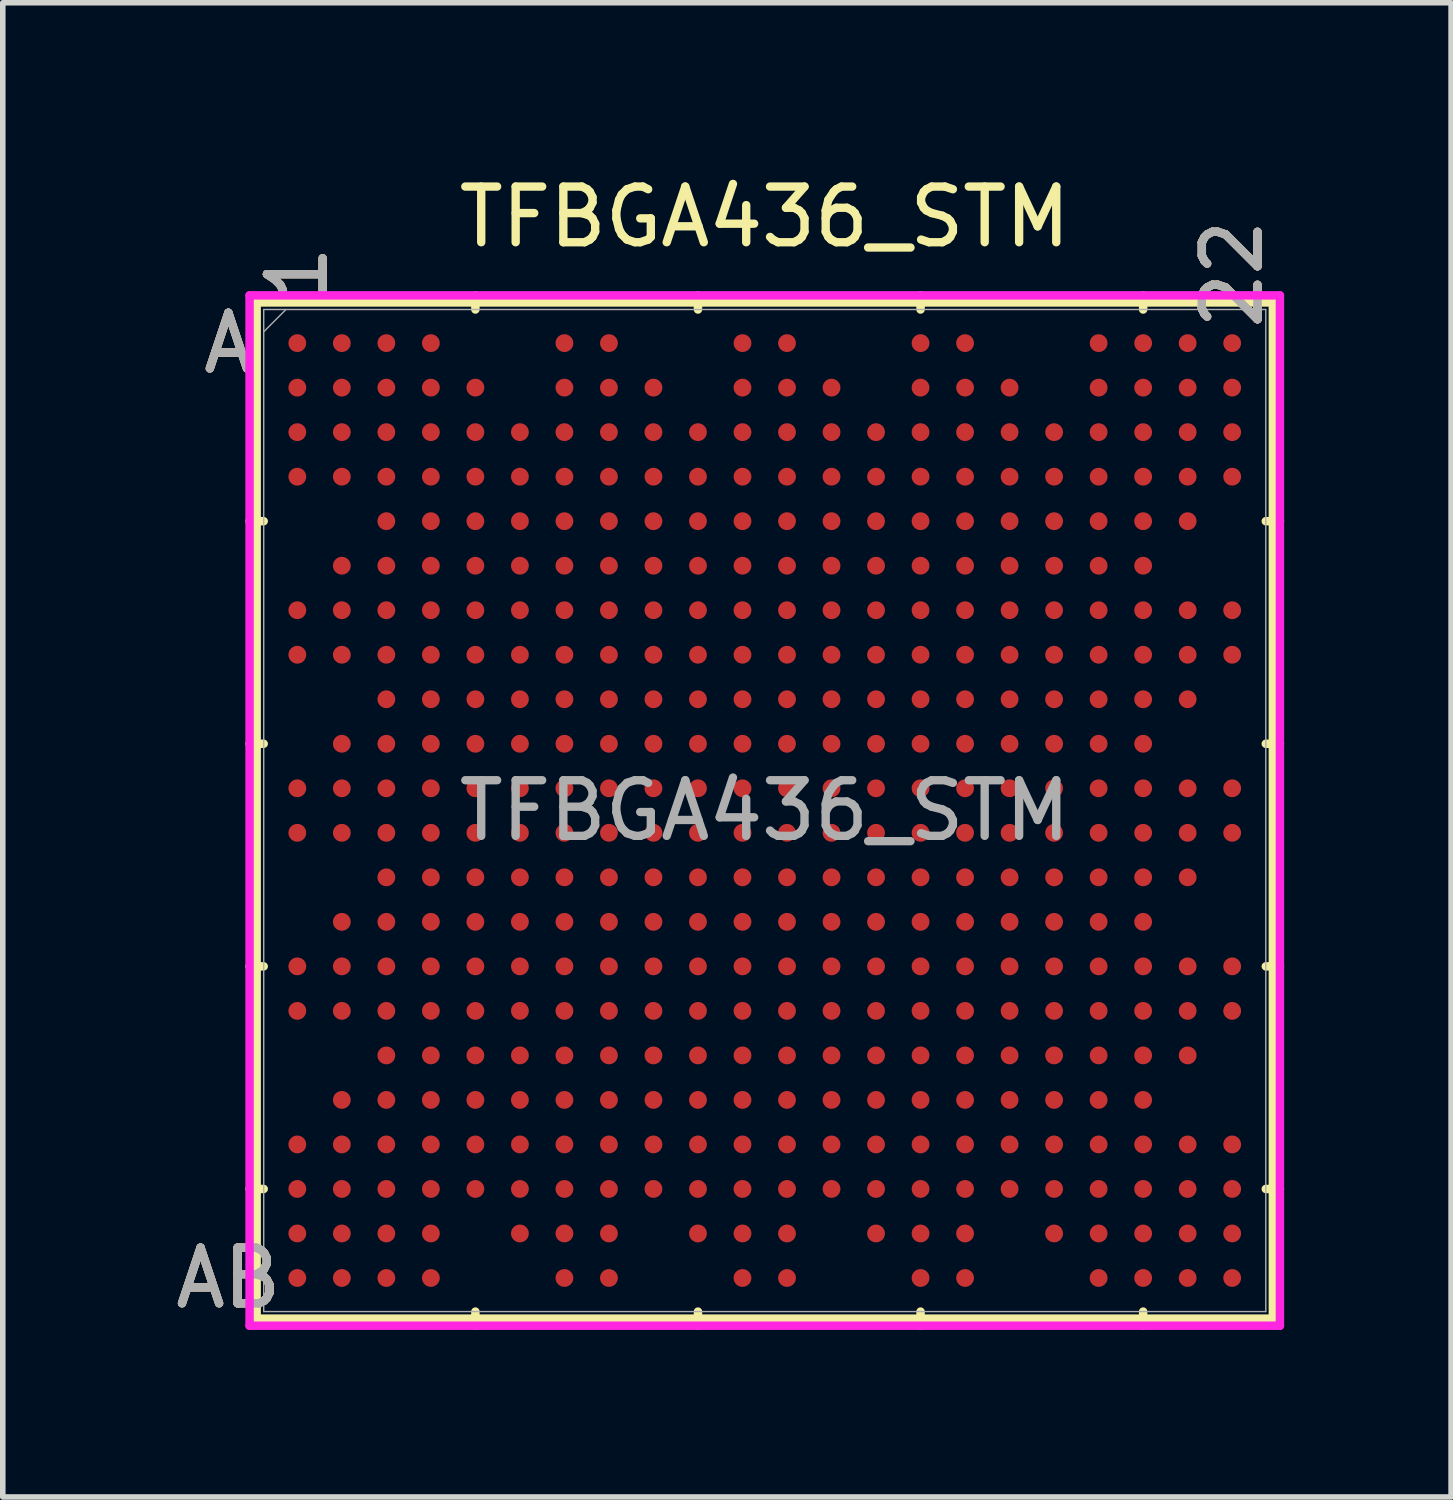
<source format=kicad_pcb>
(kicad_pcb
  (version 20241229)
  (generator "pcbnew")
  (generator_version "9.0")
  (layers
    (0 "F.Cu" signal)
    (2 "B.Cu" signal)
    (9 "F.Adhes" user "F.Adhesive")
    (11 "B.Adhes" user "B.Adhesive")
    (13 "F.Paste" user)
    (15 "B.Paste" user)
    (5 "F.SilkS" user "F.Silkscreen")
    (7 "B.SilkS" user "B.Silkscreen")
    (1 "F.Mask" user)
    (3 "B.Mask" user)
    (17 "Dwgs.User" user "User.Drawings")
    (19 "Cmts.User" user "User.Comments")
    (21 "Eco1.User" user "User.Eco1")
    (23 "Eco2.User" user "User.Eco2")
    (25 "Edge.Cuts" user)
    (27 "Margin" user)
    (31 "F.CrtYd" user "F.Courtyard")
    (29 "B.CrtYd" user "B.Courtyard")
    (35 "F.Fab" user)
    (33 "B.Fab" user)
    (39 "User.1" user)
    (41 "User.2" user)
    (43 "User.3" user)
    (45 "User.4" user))
  (footprint "TFBGA436_STM"
    (layer "F.Cu")
    (at 10.693 11.516)
    (property "Reference" "TFBGA436_STM" (at 0 -10.668 0) (unlocked yes) (layer "F.SilkS") (effects (font (size 1 1) (thickness 0.15))))
    (attr smd)
    (fp_line (start -9.131 -9.131) (end -9.131 9.131) (stroke (width 0.152) (type solid)) (layer "F.SilkS"))
    (fp_line (start -9.131 9.131) (end 9.131 9.131) (stroke (width 0.152) (type solid)) (layer "F.SilkS"))
    (fp_line (start -9.004 -5.2) (end -9.258 -5.2) (stroke (width 0.152) (type solid)) (layer "F.SilkS"))
    (fp_line (start -9.004 -1.2) (end -9.258 -1.2) (stroke (width 0.152) (type solid)) (layer "F.SilkS"))
    (fp_line (start -9.004 2.8) (end -9.258 2.8) (stroke (width 0.152) (type solid)) (layer "F.SilkS"))
    (fp_line (start -9.004 6.8) (end -9.258 6.8) (stroke (width 0.152) (type solid)) (layer "F.SilkS"))
    (fp_line (start -5.2 -9.004) (end -5.2 -9.258) (stroke (width 0.152) (type solid)) (layer "F.SilkS"))
    (fp_line (start -5.2 9.004) (end -5.2 9.258) (stroke (width 0.152) (type solid)) (layer "F.SilkS"))
    (fp_line (start -1.2 -9.004) (end -1.2 -9.258) (stroke (width 0.152) (type solid)) (layer "F.SilkS"))
    (fp_line (start -1.2 9.004) (end -1.2 9.258) (stroke (width 0.152) (type solid)) (layer "F.SilkS"))
    (fp_line (start 2.8 -9.004) (end 2.8 -9.258) (stroke (width 0.152) (type solid)) (layer "F.SilkS"))
    (fp_line (start 2.8 9.004) (end 2.8 9.258) (stroke (width 0.152) (type solid)) (layer "F.SilkS"))
    (fp_line (start 6.8 -9.004) (end 6.8 -9.258) (stroke (width 0.152) (type solid)) (layer "F.SilkS"))
    (fp_line (start 6.8 9.004) (end 6.8 9.258) (stroke (width 0.152) (type solid)) (layer "F.SilkS"))
    (fp_line (start 9.004 -5.2) (end 9.258 -5.2) (stroke (width 0.152) (type solid)) (layer "F.SilkS"))
    (fp_line (start 9.004 -1.2) (end 9.258 -1.2) (stroke (width 0.152) (type solid)) (layer "F.SilkS"))
    (fp_line (start 9.004 2.8) (end 9.258 2.8) (stroke (width 0.152) (type solid)) (layer "F.SilkS"))
    (fp_line (start 9.004 6.8) (end 9.258 6.8) (stroke (width 0.152) (type solid)) (layer "F.SilkS"))
    (fp_line (start 9.131 -9.131) (end -9.131 -9.131) (stroke (width 0.152) (type solid)) (layer "F.SilkS"))
    (fp_line (start 9.131 9.131) (end 9.131 -9.131) (stroke (width 0.152) (type solid)) (layer "F.SilkS"))
    (fp_line (start -9.258 -9.258) (end 9.258 -9.258) (stroke (width 0.152) (type solid)) (layer "F.CrtYd"))
    (fp_line (start -9.258 9.258) (end -9.258 -9.258) (stroke (width 0.152) (type solid)) (layer "F.CrtYd"))
    (fp_line (start 9.258 -9.258) (end 9.258 9.258) (stroke (width 0.152) (type solid)) (layer "F.CrtYd"))
    (fp_line (start 9.258 9.258) (end -9.258 9.258) (stroke (width 0.152) (type solid)) (layer "F.CrtYd"))
    (fp_line (start -9.004 -9.004) (end -9.004 9.004) (stroke (width 0.025) (type solid)) (layer "F.Fab"))
    (fp_line (start -9.004 9.004) (end 9.004 9.004) (stroke (width 0.025) (type solid)) (layer "F.Fab"))
    (fp_line (start -8.604 -9.004) (end -9.004 -8.604) (stroke (width 0.025) (type solid)) (layer "F.Fab"))
    (fp_line (start 9.004 -9.004) (end -9.004 -9.004) (stroke (width 0.025) (type solid)) (layer "F.Fab"))
    (fp_line (start 9.004 9.004) (end 9.004 -9.004) (stroke (width 0.025) (type solid)) (layer "F.Fab"))
    (fp_text user "AB" (at -9.639 8.4 0) (unlocked yes) (layer "F.SilkS") (effects (font (size 1 1) (thickness 0.15))))
    (fp_text user "22" (at 8.4 -9.639 90) (unlocked yes) (layer "F.SilkS") (effects (font (size 1 1) (thickness 0.15))))
    (fp_text user "A" (at -9.639 -8.4 0) (unlocked yes) (layer "F.SilkS") (effects (font (size 1 1) (thickness 0.15))))
    (fp_text user "1" (at -8.4 -9.639 90) (unlocked yes) (layer "F.SilkS") (effects (font (size 1 1) (thickness 0.15))))
    (fp_text user "1" (at -8.4 -9.639 90) (unlocked yes) (layer "B.SilkS") (effects (font (size 1 1) (thickness 0.15))))
    (fp_text user "22" (at 8.4 -9.639 90) (unlocked yes) (layer "B.SilkS") (effects (font (size 1 1) (thickness 0.15))))
    (fp_text user "AB" (at -9.639 8.4 0) (unlocked yes) (layer "B.SilkS") (effects (font (size 1 1) (thickness 0.15))))
    (fp_text user "A" (at -9.639 -8.4 0) (unlocked yes) (layer "B.SilkS") (effects (font (size 1 1) (thickness 0.15))))
    (fp_text user "AB" (at -9.639 8.4 0) (unlocked yes) (layer "F.Fab") (effects (font (size 1 1) (thickness 0.15))))
    (fp_text user "1" (at -8.4 -9.639 90) (unlocked yes) (layer "F.Fab") (effects (font (size 1 1) (thickness 0.15))))
    (fp_text user "22" (at 8.4 -9.639 90) (unlocked yes) (layer "F.Fab") (effects (font (size 1 1) (thickness 0.15))))
    (fp_text user "${REFERENCE}" (at 0 0 0) (unlocked yes) (layer "F.Fab") (effects (font (size 1 1) (thickness 0.15))))
    (fp_text user "A" (at -9.639 -8.4 0) (unlocked yes) (layer "F.Fab") (effects (font (size 1 1) (thickness 0.15))))
    (pad "A1" smd circle (at -8.4 -8.4) (size 0.32 0.32) (layers "F.Cu" "F.Mask" "F.Paste"))
    (pad "A2" smd circle (at -7.6 -8.4) (size 0.32 0.32) (layers "F.Cu" "F.Mask" "F.Paste"))
    (pad "A3" smd circle (at -6.8 -8.4) (size 0.32 0.32) (layers "F.Cu" "F.Mask" "F.Paste"))
    (pad "A4" smd circle (at -6 -8.4) (size 0.32 0.32) (layers "F.Cu" "F.Mask" "F.Paste"))
    (pad "A7" smd circle (at -3.6 -8.4) (size 0.32 0.32) (layers "F.Cu" "F.Mask" "F.Paste"))
    (pad "A8" smd circle (at -2.8 -8.4) (size 0.32 0.32) (layers "F.Cu" "F.Mask" "F.Paste"))
    (pad "A11" smd circle (at -0.4 -8.4) (size 0.32 0.32) (layers "F.Cu" "F.Mask" "F.Paste"))
    (pad "A12" smd circle (at 0.4 -8.4) (size 0.32 0.32) (layers "F.Cu" "F.Mask" "F.Paste"))
    (pad "A15" smd circle (at 2.8 -8.4) (size 0.32 0.32) (layers "F.Cu" "F.Mask" "F.Paste"))
    (pad "A16" smd circle (at 3.6 -8.4) (size 0.32 0.32) (layers "F.Cu" "F.Mask" "F.Paste"))
    (pad "A19" smd circle (at 6 -8.4) (size 0.32 0.32) (layers "F.Cu" "F.Mask" "F.Paste"))
    (pad "A20" smd circle (at 6.8 -8.4) (size 0.32 0.32) (layers "F.Cu" "F.Mask" "F.Paste"))
    (pad "A21" smd circle (at 7.6 -8.4) (size 0.32 0.32) (layers "F.Cu" "F.Mask" "F.Paste"))
    (pad "A22" smd circle (at 8.4 -8.4) (size 0.32 0.32) (layers "F.Cu" "F.Mask" "F.Paste"))
    (pad "AA1" smd circle (at -8.4 7.6) (size 0.32 0.32) (layers "F.Cu" "F.Mask" "F.Paste"))
    (pad "AA2" smd circle (at -7.6 7.6) (size 0.32 0.32) (layers "F.Cu" "F.Mask" "F.Paste"))
    (pad "AA3" smd circle (at -6.8 7.6) (size 0.32 0.32) (layers "F.Cu" "F.Mask" "F.Paste"))
    (pad "AA4" smd circle (at -6 7.6) (size 0.32 0.32) (layers "F.Cu" "F.Mask" "F.Paste"))
    (pad "AA6" smd circle (at -4.4 7.6) (size 0.32 0.32) (layers "F.Cu" "F.Mask" "F.Paste"))
    (pad "AA7" smd circle (at -3.6 7.6) (size 0.32 0.32) (layers "F.Cu" "F.Mask" "F.Paste"))
    (pad "AA8" smd circle (at -2.8 7.6) (size 0.32 0.32) (layers "F.Cu" "F.Mask" "F.Paste"))
    (pad "AA10" smd circle (at -1.2 7.6) (size 0.32 0.32) (layers "F.Cu" "F.Mask" "F.Paste"))
    (pad "AA11" smd circle (at -0.4 7.6) (size 0.32 0.32) (layers "F.Cu" "F.Mask" "F.Paste"))
    (pad "AA12" smd circle (at 0.4 7.6) (size 0.32 0.32) (layers "F.Cu" "F.Mask" "F.Paste"))
    (pad "AA14" smd circle (at 2 7.6) (size 0.32 0.32) (layers "F.Cu" "F.Mask" "F.Paste"))
    (pad "AA15" smd circle (at 2.8 7.6) (size 0.32 0.32) (layers "F.Cu" "F.Mask" "F.Paste"))
    (pad "AA16" smd circle (at 3.6 7.6) (size 0.32 0.32) (layers "F.Cu" "F.Mask" "F.Paste"))
    (pad "AA18" smd circle (at 5.2 7.6) (size 0.32 0.32) (layers "F.Cu" "F.Mask" "F.Paste"))
    (pad "AA19" smd circle (at 6 7.6) (size 0.32 0.32) (layers "F.Cu" "F.Mask" "F.Paste"))
    (pad "AA20" smd circle (at 6.8 7.6) (size 0.32 0.32) (layers "F.Cu" "F.Mask" "F.Paste"))
    (pad "AA21" smd circle (at 7.6 7.6) (size 0.32 0.32) (layers "F.Cu" "F.Mask" "F.Paste"))
    (pad "AA22" smd circle (at 8.4 7.6) (size 0.32 0.32) (layers "F.Cu" "F.Mask" "F.Paste"))
    (pad "AB1" smd circle (at -8.4 8.4) (size 0.32 0.32) (layers "F.Cu" "F.Mask" "F.Paste"))
    (pad "AB2" smd circle (at -7.6 8.4) (size 0.32 0.32) (layers "F.Cu" "F.Mask" "F.Paste"))
    (pad "AB3" smd circle (at -6.8 8.4) (size 0.32 0.32) (layers "F.Cu" "F.Mask" "F.Paste"))
    (pad "AB4" smd circle (at -6 8.4) (size 0.32 0.32) (layers "F.Cu" "F.Mask" "F.Paste"))
    (pad "AB7" smd circle (at -3.6 8.4) (size 0.32 0.32) (layers "F.Cu" "F.Mask" "F.Paste"))
    (pad "AB8" smd circle (at -2.8 8.4) (size 0.32 0.32) (layers "F.Cu" "F.Mask" "F.Paste"))
    (pad "AB11" smd circle (at -0.4 8.4) (size 0.32 0.32) (layers "F.Cu" "F.Mask" "F.Paste"))
    (pad "AB12" smd circle (at 0.4 8.4) (size 0.32 0.32) (layers "F.Cu" "F.Mask" "F.Paste"))
    (pad "AB15" smd circle (at 2.8 8.4) (size 0.32 0.32) (layers "F.Cu" "F.Mask" "F.Paste"))
    (pad "AB16" smd circle (at 3.6 8.4) (size 0.32 0.32) (layers "F.Cu" "F.Mask" "F.Paste"))
    (pad "AB19" smd circle (at 6 8.4) (size 0.32 0.32) (layers "F.Cu" "F.Mask" "F.Paste"))
    (pad "AB20" smd circle (at 6.8 8.4) (size 0.32 0.32) (layers "F.Cu" "F.Mask" "F.Paste"))
    (pad "AB21" smd circle (at 7.6 8.4) (size 0.32 0.32) (layers "F.Cu" "F.Mask" "F.Paste"))
    (pad "AB22" smd circle (at 8.4 8.4) (size 0.32 0.32) (layers "F.Cu" "F.Mask" "F.Paste"))
    (pad "B1" smd circle (at -8.4 -7.6) (size 0.32 0.32) (layers "F.Cu" "F.Mask" "F.Paste"))
    (pad "B2" smd circle (at -7.6 -7.6) (size 0.32 0.32) (layers "F.Cu" "F.Mask" "F.Paste"))
    (pad "B3" smd circle (at -6.8 -7.6) (size 0.32 0.32) (layers "F.Cu" "F.Mask" "F.Paste"))
    (pad "B4" smd circle (at -6 -7.6) (size 0.32 0.32) (layers "F.Cu" "F.Mask" "F.Paste"))
    (pad "B5" smd circle (at -5.2 -7.6) (size 0.32 0.32) (layers "F.Cu" "F.Mask" "F.Paste"))
    (pad "B7" smd circle (at -3.6 -7.6) (size 0.32 0.32) (layers "F.Cu" "F.Mask" "F.Paste"))
    (pad "B8" smd circle (at -2.8 -7.6) (size 0.32 0.32) (layers "F.Cu" "F.Mask" "F.Paste"))
    (pad "B9" smd circle (at -2 -7.6) (size 0.32 0.32) (layers "F.Cu" "F.Mask" "F.Paste"))
    (pad "B11" smd circle (at -0.4 -7.6) (size 0.32 0.32) (layers "F.Cu" "F.Mask" "F.Paste"))
    (pad "B12" smd circle (at 0.4 -7.6) (size 0.32 0.32) (layers "F.Cu" "F.Mask" "F.Paste"))
    (pad "B13" smd circle (at 1.2 -7.6) (size 0.32 0.32) (layers "F.Cu" "F.Mask" "F.Paste"))
    (pad "B15" smd circle (at 2.8 -7.6) (size 0.32 0.32) (layers "F.Cu" "F.Mask" "F.Paste"))
    (pad "B16" smd circle (at 3.6 -7.6) (size 0.32 0.32) (layers "F.Cu" "F.Mask" "F.Paste"))
    (pad "B17" smd circle (at 4.4 -7.6) (size 0.32 0.32) (layers "F.Cu" "F.Mask" "F.Paste"))
    (pad "B19" smd circle (at 6 -7.6) (size 0.32 0.32) (layers "F.Cu" "F.Mask" "F.Paste"))
    (pad "B20" smd circle (at 6.8 -7.6) (size 0.32 0.32) (layers "F.Cu" "F.Mask" "F.Paste"))
    (pad "B21" smd circle (at 7.6 -7.6) (size 0.32 0.32) (layers "F.Cu" "F.Mask" "F.Paste"))
    (pad "B22" smd circle (at 8.4 -7.6) (size 0.32 0.32) (layers "F.Cu" "F.Mask" "F.Paste"))
    (pad "C1" smd circle (at -8.4 -6.8) (size 0.32 0.32) (layers "F.Cu" "F.Mask" "F.Paste"))
    (pad "C2" smd circle (at -7.6 -6.8) (size 0.32 0.32) (layers "F.Cu" "F.Mask" "F.Paste"))
    (pad "C3" smd circle (at -6.8 -6.8) (size 0.32 0.32) (layers "F.Cu" "F.Mask" "F.Paste"))
    (pad "C4" smd circle (at -6 -6.8) (size 0.32 0.32) (layers "F.Cu" "F.Mask" "F.Paste"))
    (pad "C5" smd circle (at -5.2 -6.8) (size 0.32 0.32) (layers "F.Cu" "F.Mask" "F.Paste"))
    (pad "C6" smd circle (at -4.4 -6.8) (size 0.32 0.32) (layers "F.Cu" "F.Mask" "F.Paste"))
    (pad "C7" smd circle (at -3.6 -6.8) (size 0.32 0.32) (layers "F.Cu" "F.Mask" "F.Paste"))
    (pad "C8" smd circle (at -2.8 -6.8) (size 0.32 0.32) (layers "F.Cu" "F.Mask" "F.Paste"))
    (pad "C9" smd circle (at -2 -6.8) (size 0.32 0.32) (layers "F.Cu" "F.Mask" "F.Paste"))
    (pad "C10" smd circle (at -1.2 -6.8) (size 0.32 0.32) (layers "F.Cu" "F.Mask" "F.Paste"))
    (pad "C11" smd circle (at -0.4 -6.8) (size 0.32 0.32) (layers "F.Cu" "F.Mask" "F.Paste"))
    (pad "C12" smd circle (at 0.4 -6.8) (size 0.32 0.32) (layers "F.Cu" "F.Mask" "F.Paste"))
    (pad "C13" smd circle (at 1.2 -6.8) (size 0.32 0.32) (layers "F.Cu" "F.Mask" "F.Paste"))
    (pad "C14" smd circle (at 2 -6.8) (size 0.32 0.32) (layers "F.Cu" "F.Mask" "F.Paste"))
    (pad "C15" smd circle (at 2.8 -6.8) (size 0.32 0.32) (layers "F.Cu" "F.Mask" "F.Paste"))
    (pad "C16" smd circle (at 3.6 -6.8) (size 0.32 0.32) (layers "F.Cu" "F.Mask" "F.Paste"))
    (pad "C17" smd circle (at 4.4 -6.8) (size 0.32 0.32) (layers "F.Cu" "F.Mask" "F.Paste"))
    (pad "C18" smd circle (at 5.2 -6.8) (size 0.32 0.32) (layers "F.Cu" "F.Mask" "F.Paste"))
    (pad "C19" smd circle (at 6 -6.8) (size 0.32 0.32) (layers "F.Cu" "F.Mask" "F.Paste"))
    (pad "C20" smd circle (at 6.8 -6.8) (size 0.32 0.32) (layers "F.Cu" "F.Mask" "F.Paste"))
    (pad "C21" smd circle (at 7.6 -6.8) (size 0.32 0.32) (layers "F.Cu" "F.Mask" "F.Paste"))
    (pad "C22" smd circle (at 8.4 -6.8) (size 0.32 0.32) (layers "F.Cu" "F.Mask" "F.Paste"))
    (pad "D1" smd circle (at -8.4 -6) (size 0.32 0.32) (layers "F.Cu" "F.Mask" "F.Paste"))
    (pad "D2" smd circle (at -7.6 -6) (size 0.32 0.32) (layers "F.Cu" "F.Mask" "F.Paste"))
    (pad "D3" smd circle (at -6.8 -6) (size 0.32 0.32) (layers "F.Cu" "F.Mask" "F.Paste"))
    (pad "D4" smd circle (at -6 -6) (size 0.32 0.32) (layers "F.Cu" "F.Mask" "F.Paste"))
    (pad "D5" smd circle (at -5.2 -6) (size 0.32 0.32) (layers "F.Cu" "F.Mask" "F.Paste"))
    (pad "D6" smd circle (at -4.4 -6) (size 0.32 0.32) (layers "F.Cu" "F.Mask" "F.Paste"))
    (pad "D7" smd circle (at -3.6 -6) (size 0.32 0.32) (layers "F.Cu" "F.Mask" "F.Paste"))
    (pad "D8" smd circle (at -2.8 -6) (size 0.32 0.32) (layers "F.Cu" "F.Mask" "F.Paste"))
    (pad "D9" smd circle (at -2 -6) (size 0.32 0.32) (layers "F.Cu" "F.Mask" "F.Paste"))
    (pad "D10" smd circle (at -1.2 -6) (size 0.32 0.32) (layers "F.Cu" "F.Mask" "F.Paste"))
    (pad "D11" smd circle (at -0.4 -6) (size 0.32 0.32) (layers "F.Cu" "F.Mask" "F.Paste"))
    (pad "D12" smd circle (at 0.4 -6) (size 0.32 0.32) (layers "F.Cu" "F.Mask" "F.Paste"))
    (pad "D13" smd circle (at 1.2 -6) (size 0.32 0.32) (layers "F.Cu" "F.Mask" "F.Paste"))
    (pad "D14" smd circle (at 2 -6) (size 0.32 0.32) (layers "F.Cu" "F.Mask" "F.Paste"))
    (pad "D15" smd circle (at 2.8 -6) (size 0.32 0.32) (layers "F.Cu" "F.Mask" "F.Paste"))
    (pad "D16" smd circle (at 3.6 -6) (size 0.32 0.32) (layers "F.Cu" "F.Mask" "F.Paste"))
    (pad "D17" smd circle (at 4.4 -6) (size 0.32 0.32) (layers "F.Cu" "F.Mask" "F.Paste"))
    (pad "D18" smd circle (at 5.2 -6) (size 0.32 0.32) (layers "F.Cu" "F.Mask" "F.Paste"))
    (pad "D19" smd circle (at 6 -6) (size 0.32 0.32) (layers "F.Cu" "F.Mask" "F.Paste"))
    (pad "D20" smd circle (at 6.8 -6) (size 0.32 0.32) (layers "F.Cu" "F.Mask" "F.Paste"))
    (pad "D21" smd circle (at 7.6 -6) (size 0.32 0.32) (layers "F.Cu" "F.Mask" "F.Paste"))
    (pad "D22" smd circle (at 8.4 -6) (size 0.32 0.32) (layers "F.Cu" "F.Mask" "F.Paste"))
    (pad "E3" smd circle (at -6.8 -5.2) (size 0.32 0.32) (layers "F.Cu" "F.Mask" "F.Paste"))
    (pad "E4" smd circle (at -6 -5.2) (size 0.32 0.32) (layers "F.Cu" "F.Mask" "F.Paste"))
    (pad "E5" smd circle (at -5.2 -5.2) (size 0.32 0.32) (layers "F.Cu" "F.Mask" "F.Paste"))
    (pad "E6" smd circle (at -4.4 -5.2) (size 0.32 0.32) (layers "F.Cu" "F.Mask" "F.Paste"))
    (pad "E7" smd circle (at -3.6 -5.2) (size 0.32 0.32) (layers "F.Cu" "F.Mask" "F.Paste"))
    (pad "E8" smd circle (at -2.8 -5.2) (size 0.32 0.32) (layers "F.Cu" "F.Mask" "F.Paste"))
    (pad "E9" smd circle (at -2 -5.2) (size 0.32 0.32) (layers "F.Cu" "F.Mask" "F.Paste"))
    (pad "E10" smd circle (at -1.2 -5.2) (size 0.32 0.32) (layers "F.Cu" "F.Mask" "F.Paste"))
    (pad "E11" smd circle (at -0.4 -5.2) (size 0.32 0.32) (layers "F.Cu" "F.Mask" "F.Paste"))
    (pad "E12" smd circle (at 0.4 -5.2) (size 0.32 0.32) (layers "F.Cu" "F.Mask" "F.Paste"))
    (pad "E13" smd circle (at 1.2 -5.2) (size 0.32 0.32) (layers "F.Cu" "F.Mask" "F.Paste"))
    (pad "E14" smd circle (at 2 -5.2) (size 0.32 0.32) (layers "F.Cu" "F.Mask" "F.Paste"))
    (pad "E15" smd circle (at 2.8 -5.2) (size 0.32 0.32) (layers "F.Cu" "F.Mask" "F.Paste"))
    (pad "E16" smd circle (at 3.6 -5.2) (size 0.32 0.32) (layers "F.Cu" "F.Mask" "F.Paste"))
    (pad "E17" smd circle (at 4.4 -5.2) (size 0.32 0.32) (layers "F.Cu" "F.Mask" "F.Paste"))
    (pad "E18" smd circle (at 5.2 -5.2) (size 0.32 0.32) (layers "F.Cu" "F.Mask" "F.Paste"))
    (pad "E19" smd circle (at 6 -5.2) (size 0.32 0.32) (layers "F.Cu" "F.Mask" "F.Paste"))
    (pad "E20" smd circle (at 6.8 -5.2) (size 0.32 0.32) (layers "F.Cu" "F.Mask" "F.Paste"))
    (pad "E21" smd circle (at 7.6 -5.2) (size 0.32 0.32) (layers "F.Cu" "F.Mask" "F.Paste"))
    (pad "F2" smd circle (at -7.6 -4.4) (size 0.32 0.32) (layers "F.Cu" "F.Mask" "F.Paste"))
    (pad "F3" smd circle (at -6.8 -4.4) (size 0.32 0.32) (layers "F.Cu" "F.Mask" "F.Paste"))
    (pad "F4" smd circle (at -6 -4.4) (size 0.32 0.32) (layers "F.Cu" "F.Mask" "F.Paste"))
    (pad "F5" smd circle (at -5.2 -4.4) (size 0.32 0.32) (layers "F.Cu" "F.Mask" "F.Paste"))
    (pad "F6" smd circle (at -4.4 -4.4) (size 0.32 0.32) (layers "F.Cu" "F.Mask" "F.Paste"))
    (pad "F7" smd circle (at -3.6 -4.4) (size 0.32 0.32) (layers "F.Cu" "F.Mask" "F.Paste"))
    (pad "F8" smd circle (at -2.8 -4.4) (size 0.32 0.32) (layers "F.Cu" "F.Mask" "F.Paste"))
    (pad "F9" smd circle (at -2 -4.4) (size 0.32 0.32) (layers "F.Cu" "F.Mask" "F.Paste"))
    (pad "F10" smd circle (at -1.2 -4.4) (size 0.32 0.32) (layers "F.Cu" "F.Mask" "F.Paste"))
    (pad "F11" smd circle (at -0.4 -4.4) (size 0.32 0.32) (layers "F.Cu" "F.Mask" "F.Paste"))
    (pad "F12" smd circle (at 0.4 -4.4) (size 0.32 0.32) (layers "F.Cu" "F.Mask" "F.Paste"))
    (pad "F13" smd circle (at 1.2 -4.4) (size 0.32 0.32) (layers "F.Cu" "F.Mask" "F.Paste"))
    (pad "F14" smd circle (at 2 -4.4) (size 0.32 0.32) (layers "F.Cu" "F.Mask" "F.Paste"))
    (pad "F15" smd circle (at 2.8 -4.4) (size 0.32 0.32) (layers "F.Cu" "F.Mask" "F.Paste"))
    (pad "F16" smd circle (at 3.6 -4.4) (size 0.32 0.32) (layers "F.Cu" "F.Mask" "F.Paste"))
    (pad "F17" smd circle (at 4.4 -4.4) (size 0.32 0.32) (layers "F.Cu" "F.Mask" "F.Paste"))
    (pad "F18" smd circle (at 5.2 -4.4) (size 0.32 0.32) (layers "F.Cu" "F.Mask" "F.Paste"))
    (pad "F19" smd circle (at 6 -4.4) (size 0.32 0.32) (layers "F.Cu" "F.Mask" "F.Paste"))
    (pad "F20" smd circle (at 6.8 -4.4) (size 0.32 0.32) (layers "F.Cu" "F.Mask" "F.Paste"))
    (pad "G1" smd circle (at -8.4 -3.6) (size 0.32 0.32) (layers "F.Cu" "F.Mask" "F.Paste"))
    (pad "G2" smd circle (at -7.6 -3.6) (size 0.32 0.32) (layers "F.Cu" "F.Mask" "F.Paste"))
    (pad "G3" smd circle (at -6.8 -3.6) (size 0.32 0.32) (layers "F.Cu" "F.Mask" "F.Paste"))
    (pad "G4" smd circle (at -6 -3.6) (size 0.32 0.32) (layers "F.Cu" "F.Mask" "F.Paste"))
    (pad "G5" smd circle (at -5.2 -3.6) (size 0.32 0.32) (layers "F.Cu" "F.Mask" "F.Paste"))
    (pad "G6" smd circle (at -4.4 -3.6) (size 0.32 0.32) (layers "F.Cu" "F.Mask" "F.Paste"))
    (pad "G7" smd circle (at -3.6 -3.6) (size 0.32 0.32) (layers "F.Cu" "F.Mask" "F.Paste"))
    (pad "G8" smd circle (at -2.8 -3.6) (size 0.32 0.32) (layers "F.Cu" "F.Mask" "F.Paste"))
    (pad "G9" smd circle (at -2 -3.6) (size 0.32 0.32) (layers "F.Cu" "F.Mask" "F.Paste"))
    (pad "G10" smd circle (at -1.2 -3.6) (size 0.32 0.32) (layers "F.Cu" "F.Mask" "F.Paste"))
    (pad "G11" smd circle (at -0.4 -3.6) (size 0.32 0.32) (layers "F.Cu" "F.Mask" "F.Paste"))
    (pad "G12" smd circle (at 0.4 -3.6) (size 0.32 0.32) (layers "F.Cu" "F.Mask" "F.Paste"))
    (pad "G13" smd circle (at 1.2 -3.6) (size 0.32 0.32) (layers "F.Cu" "F.Mask" "F.Paste"))
    (pad "G14" smd circle (at 2 -3.6) (size 0.32 0.32) (layers "F.Cu" "F.Mask" "F.Paste"))
    (pad "G15" smd circle (at 2.8 -3.6) (size 0.32 0.32) (layers "F.Cu" "F.Mask" "F.Paste"))
    (pad "G16" smd circle (at 3.6 -3.6) (size 0.32 0.32) (layers "F.Cu" "F.Mask" "F.Paste"))
    (pad "G17" smd circle (at 4.4 -3.6) (size 0.32 0.32) (layers "F.Cu" "F.Mask" "F.Paste"))
    (pad "G18" smd circle (at 5.2 -3.6) (size 0.32 0.32) (layers "F.Cu" "F.Mask" "F.Paste"))
    (pad "G19" smd circle (at 6 -3.6) (size 0.32 0.32) (layers "F.Cu" "F.Mask" "F.Paste"))
    (pad "G20" smd circle (at 6.8 -3.6) (size 0.32 0.32) (layers "F.Cu" "F.Mask" "F.Paste"))
    (pad "G21" smd circle (at 7.6 -3.6) (size 0.32 0.32) (layers "F.Cu" "F.Mask" "F.Paste"))
    (pad "G22" smd circle (at 8.4 -3.6) (size 0.32 0.32) (layers "F.Cu" "F.Mask" "F.Paste"))
    (pad "H1" smd circle (at -8.4 -2.8) (size 0.32 0.32) (layers "F.Cu" "F.Mask" "F.Paste"))
    (pad "H2" smd circle (at -7.6 -2.8) (size 0.32 0.32) (layers "F.Cu" "F.Mask" "F.Paste"))
    (pad "H3" smd circle (at -6.8 -2.8) (size 0.32 0.32) (layers "F.Cu" "F.Mask" "F.Paste"))
    (pad "H4" smd circle (at -6 -2.8) (size 0.32 0.32) (layers "F.Cu" "F.Mask" "F.Paste"))
    (pad "H5" smd circle (at -5.2 -2.8) (size 0.32 0.32) (layers "F.Cu" "F.Mask" "F.Paste"))
    (pad "H6" smd circle (at -4.4 -2.8) (size 0.32 0.32) (layers "F.Cu" "F.Mask" "F.Paste"))
    (pad "H7" smd circle (at -3.6 -2.8) (size 0.32 0.32) (layers "F.Cu" "F.Mask" "F.Paste"))
    (pad "H8" smd circle (at -2.8 -2.8) (size 0.32 0.32) (layers "F.Cu" "F.Mask" "F.Paste"))
    (pad "H9" smd circle (at -2 -2.8) (size 0.32 0.32) (layers "F.Cu" "F.Mask" "F.Paste"))
    (pad "H10" smd circle (at -1.2 -2.8) (size 0.32 0.32) (layers "F.Cu" "F.Mask" "F.Paste"))
    (pad "H11" smd circle (at -0.4 -2.8) (size 0.32 0.32) (layers "F.Cu" "F.Mask" "F.Paste"))
    (pad "H12" smd circle (at 0.4 -2.8) (size 0.32 0.32) (layers "F.Cu" "F.Mask" "F.Paste"))
    (pad "H13" smd circle (at 1.2 -2.8) (size 0.32 0.32) (layers "F.Cu" "F.Mask" "F.Paste"))
    (pad "H14" smd circle (at 2 -2.8) (size 0.32 0.32) (layers "F.Cu" "F.Mask" "F.Paste"))
    (pad "H15" smd circle (at 2.8 -2.8) (size 0.32 0.32) (layers "F.Cu" "F.Mask" "F.Paste"))
    (pad "H16" smd circle (at 3.6 -2.8) (size 0.32 0.32) (layers "F.Cu" "F.Mask" "F.Paste"))
    (pad "H17" smd circle (at 4.4 -2.8) (size 0.32 0.32) (layers "F.Cu" "F.Mask" "F.Paste"))
    (pad "H18" smd circle (at 5.2 -2.8) (size 0.32 0.32) (layers "F.Cu" "F.Mask" "F.Paste"))
    (pad "H19" smd circle (at 6 -2.8) (size 0.32 0.32) (layers "F.Cu" "F.Mask" "F.Paste"))
    (pad "H20" smd circle (at 6.8 -2.8) (size 0.32 0.32) (layers "F.Cu" "F.Mask" "F.Paste"))
    (pad "H21" smd circle (at 7.6 -2.8) (size 0.32 0.32) (layers "F.Cu" "F.Mask" "F.Paste"))
    (pad "H22" smd circle (at 8.4 -2.8) (size 0.32 0.32) (layers "F.Cu" "F.Mask" "F.Paste"))
    (pad "J3" smd circle (at -6.8 -2) (size 0.32 0.32) (layers "F.Cu" "F.Mask" "F.Paste"))
    (pad "J4" smd circle (at -6 -2) (size 0.32 0.32) (layers "F.Cu" "F.Mask" "F.Paste"))
    (pad "J5" smd circle (at -5.2 -2) (size 0.32 0.32) (layers "F.Cu" "F.Mask" "F.Paste"))
    (pad "J6" smd circle (at -4.4 -2) (size 0.32 0.32) (layers "F.Cu" "F.Mask" "F.Paste"))
    (pad "J7" smd circle (at -3.6 -2) (size 0.32 0.32) (layers "F.Cu" "F.Mask" "F.Paste"))
    (pad "J8" smd circle (at -2.8 -2) (size 0.32 0.32) (layers "F.Cu" "F.Mask" "F.Paste"))
    (pad "J9" smd circle (at -2 -2) (size 0.32 0.32) (layers "F.Cu" "F.Mask" "F.Paste"))
    (pad "J10" smd circle (at -1.2 -2) (size 0.32 0.32) (layers "F.Cu" "F.Mask" "F.Paste"))
    (pad "J11" smd circle (at -0.4 -2) (size 0.32 0.32) (layers "F.Cu" "F.Mask" "F.Paste"))
    (pad "J12" smd circle (at 0.4 -2) (size 0.32 0.32) (layers "F.Cu" "F.Mask" "F.Paste"))
    (pad "J13" smd circle (at 1.2 -2) (size 0.32 0.32) (layers "F.Cu" "F.Mask" "F.Paste"))
    (pad "J14" smd circle (at 2 -2) (size 0.32 0.32) (layers "F.Cu" "F.Mask" "F.Paste"))
    (pad "J15" smd circle (at 2.8 -2) (size 0.32 0.32) (layers "F.Cu" "F.Mask" "F.Paste"))
    (pad "J16" smd circle (at 3.6 -2) (size 0.32 0.32) (layers "F.Cu" "F.Mask" "F.Paste"))
    (pad "J17" smd circle (at 4.4 -2) (size 0.32 0.32) (layers "F.Cu" "F.Mask" "F.Paste"))
    (pad "J18" smd circle (at 5.2 -2) (size 0.32 0.32) (layers "F.Cu" "F.Mask" "F.Paste"))
    (pad "J19" smd circle (at 6 -2) (size 0.32 0.32) (layers "F.Cu" "F.Mask" "F.Paste"))
    (pad "J20" smd circle (at 6.8 -2) (size 0.32 0.32) (layers "F.Cu" "F.Mask" "F.Paste"))
    (pad "J21" smd circle (at 7.6 -2) (size 0.32 0.32) (layers "F.Cu" "F.Mask" "F.Paste"))
    (pad "K2" smd circle (at -7.6 -1.2) (size 0.32 0.32) (layers "F.Cu" "F.Mask" "F.Paste"))
    (pad "K3" smd circle (at -6.8 -1.2) (size 0.32 0.32) (layers "F.Cu" "F.Mask" "F.Paste"))
    (pad "K4" smd circle (at -6 -1.2) (size 0.32 0.32) (layers "F.Cu" "F.Mask" "F.Paste"))
    (pad "K5" smd circle (at -5.2 -1.2) (size 0.32 0.32) (layers "F.Cu" "F.Mask" "F.Paste"))
    (pad "K6" smd circle (at -4.4 -1.2) (size 0.32 0.32) (layers "F.Cu" "F.Mask" "F.Paste"))
    (pad "K7" smd circle (at -3.6 -1.2) (size 0.32 0.32) (layers "F.Cu" "F.Mask" "F.Paste"))
    (pad "K8" smd circle (at -2.8 -1.2) (size 0.32 0.32) (layers "F.Cu" "F.Mask" "F.Paste"))
    (pad "K9" smd circle (at -2 -1.2) (size 0.32 0.32) (layers "F.Cu" "F.Mask" "F.Paste"))
    (pad "K10" smd circle (at -1.2 -1.2) (size 0.32 0.32) (layers "F.Cu" "F.Mask" "F.Paste"))
    (pad "K11" smd circle (at -0.4 -1.2) (size 0.32 0.32) (layers "F.Cu" "F.Mask" "F.Paste"))
    (pad "K12" smd circle (at 0.4 -1.2) (size 0.32 0.32) (layers "F.Cu" "F.Mask" "F.Paste"))
    (pad "K13" smd circle (at 1.2 -1.2) (size 0.32 0.32) (layers "F.Cu" "F.Mask" "F.Paste"))
    (pad "K14" smd circle (at 2 -1.2) (size 0.32 0.32) (layers "F.Cu" "F.Mask" "F.Paste"))
    (pad "K15" smd circle (at 2.8 -1.2) (size 0.32 0.32) (layers "F.Cu" "F.Mask" "F.Paste"))
    (pad "K16" smd circle (at 3.6 -1.2) (size 0.32 0.32) (layers "F.Cu" "F.Mask" "F.Paste"))
    (pad "K17" smd circle (at 4.4 -1.2) (size 0.32 0.32) (layers "F.Cu" "F.Mask" "F.Paste"))
    (pad "K18" smd circle (at 5.2 -1.2) (size 0.32 0.32) (layers "F.Cu" "F.Mask" "F.Paste"))
    (pad "K19" smd circle (at 6 -1.2) (size 0.32 0.32) (layers "F.Cu" "F.Mask" "F.Paste"))
    (pad "K20" smd circle (at 6.8 -1.2) (size 0.32 0.32) (layers "F.Cu" "F.Mask" "F.Paste"))
    (pad "L1" smd circle (at -8.4 -0.4) (size 0.32 0.32) (layers "F.Cu" "F.Mask" "F.Paste"))
    (pad "L2" smd circle (at -7.6 -0.4) (size 0.32 0.32) (layers "F.Cu" "F.Mask" "F.Paste"))
    (pad "L3" smd circle (at -6.8 -0.4) (size 0.32 0.32) (layers "F.Cu" "F.Mask" "F.Paste"))
    (pad "L4" smd circle (at -6 -0.4) (size 0.32 0.32) (layers "F.Cu" "F.Mask" "F.Paste"))
    (pad "L5" smd circle (at -5.2 -0.4) (size 0.32 0.32) (layers "F.Cu" "F.Mask" "F.Paste"))
    (pad "L6" smd circle (at -4.4 -0.4) (size 0.32 0.32) (layers "F.Cu" "F.Mask" "F.Paste"))
    (pad "L7" smd circle (at -3.6 -0.4) (size 0.32 0.32) (layers "F.Cu" "F.Mask" "F.Paste"))
    (pad "L8" smd circle (at -2.8 -0.4) (size 0.32 0.32) (layers "F.Cu" "F.Mask" "F.Paste"))
    (pad "L9" smd circle (at -2 -0.4) (size 0.32 0.32) (layers "F.Cu" "F.Mask" "F.Paste"))
    (pad "L10" smd circle (at -1.2 -0.4) (size 0.32 0.32) (layers "F.Cu" "F.Mask" "F.Paste"))
    (pad "L11" smd circle (at -0.4 -0.4) (size 0.32 0.32) (layers "F.Cu" "F.Mask" "F.Paste"))
    (pad "L12" smd circle (at 0.4 -0.4) (size 0.32 0.32) (layers "F.Cu" "F.Mask" "F.Paste"))
    (pad "L13" smd circle (at 1.2 -0.4) (size 0.32 0.32) (layers "F.Cu" "F.Mask" "F.Paste"))
    (pad "L14" smd circle (at 2 -0.4) (size 0.32 0.32) (layers "F.Cu" "F.Mask" "F.Paste"))
    (pad "L15" smd circle (at 2.8 -0.4) (size 0.32 0.32) (layers "F.Cu" "F.Mask" "F.Paste"))
    (pad "L16" smd circle (at 3.6 -0.4) (size 0.32 0.32) (layers "F.Cu" "F.Mask" "F.Paste"))
    (pad "L17" smd circle (at 4.4 -0.4) (size 0.32 0.32) (layers "F.Cu" "F.Mask" "F.Paste"))
    (pad "L18" smd circle (at 5.2 -0.4) (size 0.32 0.32) (layers "F.Cu" "F.Mask" "F.Paste"))
    (pad "L19" smd circle (at 6 -0.4) (size 0.32 0.32) (layers "F.Cu" "F.Mask" "F.Paste"))
    (pad "L20" smd circle (at 6.8 -0.4) (size 0.32 0.32) (layers "F.Cu" "F.Mask" "F.Paste"))
    (pad "L21" smd circle (at 7.6 -0.4) (size 0.32 0.32) (layers "F.Cu" "F.Mask" "F.Paste"))
    (pad "L22" smd circle (at 8.4 -0.4) (size 0.32 0.32) (layers "F.Cu" "F.Mask" "F.Paste"))
    (pad "M1" smd circle (at -8.4 0.4) (size 0.32 0.32) (layers "F.Cu" "F.Mask" "F.Paste"))
    (pad "M2" smd circle (at -7.6 0.4) (size 0.32 0.32) (layers "F.Cu" "F.Mask" "F.Paste"))
    (pad "M3" smd circle (at -6.8 0.4) (size 0.32 0.32) (layers "F.Cu" "F.Mask" "F.Paste"))
    (pad "M4" smd circle (at -6 0.4) (size 0.32 0.32) (layers "F.Cu" "F.Mask" "F.Paste"))
    (pad "M5" smd circle (at -5.2 0.4) (size 0.32 0.32) (layers "F.Cu" "F.Mask" "F.Paste"))
    (pad "M6" smd circle (at -4.4 0.4) (size 0.32 0.32) (layers "F.Cu" "F.Mask" "F.Paste"))
    (pad "M7" smd circle (at -3.6 0.4) (size 0.32 0.32) (layers "F.Cu" "F.Mask" "F.Paste"))
    (pad "M8" smd circle (at -2.8 0.4) (size 0.32 0.32) (layers "F.Cu" "F.Mask" "F.Paste"))
    (pad "M9" smd circle (at -2 0.4) (size 0.32 0.32) (layers "F.Cu" "F.Mask" "F.Paste"))
    (pad "M10" smd circle (at -1.2 0.4) (size 0.32 0.32) (layers "F.Cu" "F.Mask" "F.Paste"))
    (pad "M11" smd circle (at -0.4 0.4) (size 0.32 0.32) (layers "F.Cu" "F.Mask" "F.Paste"))
    (pad "M12" smd circle (at 0.4 0.4) (size 0.32 0.32) (layers "F.Cu" "F.Mask" "F.Paste"))
    (pad "M13" smd circle (at 1.2 0.4) (size 0.32 0.32) (layers "F.Cu" "F.Mask" "F.Paste"))
    (pad "M14" smd circle (at 2 0.4) (size 0.32 0.32) (layers "F.Cu" "F.Mask" "F.Paste"))
    (pad "M15" smd circle (at 2.8 0.4) (size 0.32 0.32) (layers "F.Cu" "F.Mask" "F.Paste"))
    (pad "M16" smd circle (at 3.6 0.4) (size 0.32 0.32) (layers "F.Cu" "F.Mask" "F.Paste"))
    (pad "M17" smd circle (at 4.4 0.4) (size 0.32 0.32) (layers "F.Cu" "F.Mask" "F.Paste"))
    (pad "M18" smd circle (at 5.2 0.4) (size 0.32 0.32) (layers "F.Cu" "F.Mask" "F.Paste"))
    (pad "M19" smd circle (at 6 0.4) (size 0.32 0.32) (layers "F.Cu" "F.Mask" "F.Paste"))
    (pad "M20" smd circle (at 6.8 0.4) (size 0.32 0.32) (layers "F.Cu" "F.Mask" "F.Paste"))
    (pad "M21" smd circle (at 7.6 0.4) (size 0.32 0.32) (layers "F.Cu" "F.Mask" "F.Paste"))
    (pad "M22" smd circle (at 8.4 0.4) (size 0.32 0.32) (layers "F.Cu" "F.Mask" "F.Paste"))
    (pad "N3" smd circle (at -6.8 1.2) (size 0.32 0.32) (layers "F.Cu" "F.Mask" "F.Paste"))
    (pad "N4" smd circle (at -6 1.2) (size 0.32 0.32) (layers "F.Cu" "F.Mask" "F.Paste"))
    (pad "N5" smd circle (at -5.2 1.2) (size 0.32 0.32) (layers "F.Cu" "F.Mask" "F.Paste"))
    (pad "N6" smd circle (at -4.4 1.2) (size 0.32 0.32) (layers "F.Cu" "F.Mask" "F.Paste"))
    (pad "N7" smd circle (at -3.6 1.2) (size 0.32 0.32) (layers "F.Cu" "F.Mask" "F.Paste"))
    (pad "N8" smd circle (at -2.8 1.2) (size 0.32 0.32) (layers "F.Cu" "F.Mask" "F.Paste"))
    (pad "N9" smd circle (at -2 1.2) (size 0.32 0.32) (layers "F.Cu" "F.Mask" "F.Paste"))
    (pad "N10" smd circle (at -1.2 1.2) (size 0.32 0.32) (layers "F.Cu" "F.Mask" "F.Paste"))
    (pad "N11" smd circle (at -0.4 1.2) (size 0.32 0.32) (layers "F.Cu" "F.Mask" "F.Paste"))
    (pad "N12" smd circle (at 0.4 1.2) (size 0.32 0.32) (layers "F.Cu" "F.Mask" "F.Paste"))
    (pad "N13" smd circle (at 1.2 1.2) (size 0.32 0.32) (layers "F.Cu" "F.Mask" "F.Paste"))
    (pad "N14" smd circle (at 2 1.2) (size 0.32 0.32) (layers "F.Cu" "F.Mask" "F.Paste"))
    (pad "N15" smd circle (at 2.8 1.2) (size 0.32 0.32) (layers "F.Cu" "F.Mask" "F.Paste"))
    (pad "N16" smd circle (at 3.6 1.2) (size 0.32 0.32) (layers "F.Cu" "F.Mask" "F.Paste"))
    (pad "N17" smd circle (at 4.4 1.2) (size 0.32 0.32) (layers "F.Cu" "F.Mask" "F.Paste"))
    (pad "N18" smd circle (at 5.2 1.2) (size 0.32 0.32) (layers "F.Cu" "F.Mask" "F.Paste"))
    (pad "N19" smd circle (at 6 1.2) (size 0.32 0.32) (layers "F.Cu" "F.Mask" "F.Paste"))
    (pad "N20" smd circle (at 6.8 1.2) (size 0.32 0.32) (layers "F.Cu" "F.Mask" "F.Paste"))
    (pad "N21" smd circle (at 7.6 1.2) (size 0.32 0.32) (layers "F.Cu" "F.Mask" "F.Paste"))
    (pad "P2" smd circle (at -7.6 2) (size 0.32 0.32) (layers "F.Cu" "F.Mask" "F.Paste"))
    (pad "P3" smd circle (at -6.8 2) (size 0.32 0.32) (layers "F.Cu" "F.Mask" "F.Paste"))
    (pad "P4" smd circle (at -6 2) (size 0.32 0.32) (layers "F.Cu" "F.Mask" "F.Paste"))
    (pad "P5" smd circle (at -5.2 2) (size 0.32 0.32) (layers "F.Cu" "F.Mask" "F.Paste"))
    (pad "P6" smd circle (at -4.4 2) (size 0.32 0.32) (layers "F.Cu" "F.Mask" "F.Paste"))
    (pad "P7" smd circle (at -3.6 2) (size 0.32 0.32) (layers "F.Cu" "F.Mask" "F.Paste"))
    (pad "P8" smd circle (at -2.8 2) (size 0.32 0.32) (layers "F.Cu" "F.Mask" "F.Paste"))
    (pad "P9" smd circle (at -2 2) (size 0.32 0.32) (layers "F.Cu" "F.Mask" "F.Paste"))
    (pad "P10" smd circle (at -1.2 2) (size 0.32 0.32) (layers "F.Cu" "F.Mask" "F.Paste"))
    (pad "P11" smd circle (at -0.4 2) (size 0.32 0.32) (layers "F.Cu" "F.Mask" "F.Paste"))
    (pad "P12" smd circle (at 0.4 2) (size 0.32 0.32) (layers "F.Cu" "F.Mask" "F.Paste"))
    (pad "P13" smd circle (at 1.2 2) (size 0.32 0.32) (layers "F.Cu" "F.Mask" "F.Paste"))
    (pad "P14" smd circle (at 2 2) (size 0.32 0.32) (layers "F.Cu" "F.Mask" "F.Paste"))
    (pad "P15" smd circle (at 2.8 2) (size 0.32 0.32) (layers "F.Cu" "F.Mask" "F.Paste"))
    (pad "P16" smd circle (at 3.6 2) (size 0.32 0.32) (layers "F.Cu" "F.Mask" "F.Paste"))
    (pad "P17" smd circle (at 4.4 2) (size 0.32 0.32) (layers "F.Cu" "F.Mask" "F.Paste"))
    (pad "P18" smd circle (at 5.2 2) (size 0.32 0.32) (layers "F.Cu" "F.Mask" "F.Paste"))
    (pad "P19" smd circle (at 6 2) (size 0.32 0.32) (layers "F.Cu" "F.Mask" "F.Paste"))
    (pad "P20" smd circle (at 6.8 2) (size 0.32 0.32) (layers "F.Cu" "F.Mask" "F.Paste"))
    (pad "R1" smd circle (at -8.4 2.8) (size 0.32 0.32) (layers "F.Cu" "F.Mask" "F.Paste"))
    (pad "R2" smd circle (at -7.6 2.8) (size 0.32 0.32) (layers "F.Cu" "F.Mask" "F.Paste"))
    (pad "R3" smd circle (at -6.8 2.8) (size 0.32 0.32) (layers "F.Cu" "F.Mask" "F.Paste"))
    (pad "R4" smd circle (at -6 2.8) (size 0.32 0.32) (layers "F.Cu" "F.Mask" "F.Paste"))
    (pad "R5" smd circle (at -5.2 2.8) (size 0.32 0.32) (layers "F.Cu" "F.Mask" "F.Paste"))
    (pad "R6" smd circle (at -4.4 2.8) (size 0.32 0.32) (layers "F.Cu" "F.Mask" "F.Paste"))
    (pad "R7" smd circle (at -3.6 2.8) (size 0.32 0.32) (layers "F.Cu" "F.Mask" "F.Paste"))
    (pad "R8" smd circle (at -2.8 2.8) (size 0.32 0.32) (layers "F.Cu" "F.Mask" "F.Paste"))
    (pad "R9" smd circle (at -2 2.8) (size 0.32 0.32) (layers "F.Cu" "F.Mask" "F.Paste"))
    (pad "R10" smd circle (at -1.2 2.8) (size 0.32 0.32) (layers "F.Cu" "F.Mask" "F.Paste"))
    (pad "R11" smd circle (at -0.4 2.8) (size 0.32 0.32) (layers "F.Cu" "F.Mask" "F.Paste"))
    (pad "R12" smd circle (at 0.4 2.8) (size 0.32 0.32) (layers "F.Cu" "F.Mask" "F.Paste"))
    (pad "R13" smd circle (at 1.2 2.8) (size 0.32 0.32) (layers "F.Cu" "F.Mask" "F.Paste"))
    (pad "R14" smd circle (at 2 2.8) (size 0.32 0.32) (layers "F.Cu" "F.Mask" "F.Paste"))
    (pad "R15" smd circle (at 2.8 2.8) (size 0.32 0.32) (layers "F.Cu" "F.Mask" "F.Paste"))
    (pad "R16" smd circle (at 3.6 2.8) (size 0.32 0.32) (layers "F.Cu" "F.Mask" "F.Paste"))
    (pad "R17" smd circle (at 4.4 2.8) (size 0.32 0.32) (layers "F.Cu" "F.Mask" "F.Paste"))
    (pad "R18" smd circle (at 5.2 2.8) (size 0.32 0.32) (layers "F.Cu" "F.Mask" "F.Paste"))
    (pad "R19" smd circle (at 6 2.8) (size 0.32 0.32) (layers "F.Cu" "F.Mask" "F.Paste"))
    (pad "R20" smd circle (at 6.8 2.8) (size 0.32 0.32) (layers "F.Cu" "F.Mask" "F.Paste"))
    (pad "R21" smd circle (at 7.6 2.8) (size 0.32 0.32) (layers "F.Cu" "F.Mask" "F.Paste"))
    (pad "R22" smd circle (at 8.4 2.8) (size 0.32 0.32) (layers "F.Cu" "F.Mask" "F.Paste"))
    (pad "T1" smd circle (at -8.4 3.6) (size 0.32 0.32) (layers "F.Cu" "F.Mask" "F.Paste"))
    (pad "T2" smd circle (at -7.6 3.6) (size 0.32 0.32) (layers "F.Cu" "F.Mask" "F.Paste"))
    (pad "T3" smd circle (at -6.8 3.6) (size 0.32 0.32) (layers "F.Cu" "F.Mask" "F.Paste"))
    (pad "T4" smd circle (at -6 3.6) (size 0.32 0.32) (layers "F.Cu" "F.Mask" "F.Paste"))
    (pad "T5" smd circle (at -5.2 3.6) (size 0.32 0.32) (layers "F.Cu" "F.Mask" "F.Paste"))
    (pad "T6" smd circle (at -4.4 3.6) (size 0.32 0.32) (layers "F.Cu" "F.Mask" "F.Paste"))
    (pad "T7" smd circle (at -3.6 3.6) (size 0.32 0.32) (layers "F.Cu" "F.Mask" "F.Paste"))
    (pad "T8" smd circle (at -2.8 3.6) (size 0.32 0.32) (layers "F.Cu" "F.Mask" "F.Paste"))
    (pad "T9" smd circle (at -2 3.6) (size 0.32 0.32) (layers "F.Cu" "F.Mask" "F.Paste"))
    (pad "T10" smd circle (at -1.2 3.6) (size 0.32 0.32) (layers "F.Cu" "F.Mask" "F.Paste"))
    (pad "T11" smd circle (at -0.4 3.6) (size 0.32 0.32) (layers "F.Cu" "F.Mask" "F.Paste"))
    (pad "T12" smd circle (at 0.4 3.6) (size 0.32 0.32) (layers "F.Cu" "F.Mask" "F.Paste"))
    (pad "T13" smd circle (at 1.2 3.6) (size 0.32 0.32) (layers "F.Cu" "F.Mask" "F.Paste"))
    (pad "T14" smd circle (at 2 3.6) (size 0.32 0.32) (layers "F.Cu" "F.Mask" "F.Paste"))
    (pad "T15" smd circle (at 2.8 3.6) (size 0.32 0.32) (layers "F.Cu" "F.Mask" "F.Paste"))
    (pad "T16" smd circle (at 3.6 3.6) (size 0.32 0.32) (layers "F.Cu" "F.Mask" "F.Paste"))
    (pad "T17" smd circle (at 4.4 3.6) (size 0.32 0.32) (layers "F.Cu" "F.Mask" "F.Paste"))
    (pad "T18" smd circle (at 5.2 3.6) (size 0.32 0.32) (layers "F.Cu" "F.Mask" "F.Paste"))
    (pad "T19" smd circle (at 6 3.6) (size 0.32 0.32) (layers "F.Cu" "F.Mask" "F.Paste"))
    (pad "T20" smd circle (at 6.8 3.6) (size 0.32 0.32) (layers "F.Cu" "F.Mask" "F.Paste"))
    (pad "T21" smd circle (at 7.6 3.6) (size 0.32 0.32) (layers "F.Cu" "F.Mask" "F.Paste"))
    (pad "T22" smd circle (at 8.4 3.6) (size 0.32 0.32) (layers "F.Cu" "F.Mask" "F.Paste"))
    (pad "U3" smd circle (at -6.8 4.4) (size 0.32 0.32) (layers "F.Cu" "F.Mask" "F.Paste"))
    (pad "U4" smd circle (at -6 4.4) (size 0.32 0.32) (layers "F.Cu" "F.Mask" "F.Paste"))
    (pad "U5" smd circle (at -5.2 4.4) (size 0.32 0.32) (layers "F.Cu" "F.Mask" "F.Paste"))
    (pad "U6" smd circle (at -4.4 4.4) (size 0.32 0.32) (layers "F.Cu" "F.Mask" "F.Paste"))
    (pad "U7" smd circle (at -3.6 4.4) (size 0.32 0.32) (layers "F.Cu" "F.Mask" "F.Paste"))
    (pad "U8" smd circle (at -2.8 4.4) (size 0.32 0.32) (layers "F.Cu" "F.Mask" "F.Paste"))
    (pad "U9" smd circle (at -2 4.4) (size 0.32 0.32) (layers "F.Cu" "F.Mask" "F.Paste"))
    (pad "U10" smd circle (at -1.2 4.4) (size 0.32 0.32) (layers "F.Cu" "F.Mask" "F.Paste"))
    (pad "U11" smd circle (at -0.4 4.4) (size 0.32 0.32) (layers "F.Cu" "F.Mask" "F.Paste"))
    (pad "U12" smd circle (at 0.4 4.4) (size 0.32 0.32) (layers "F.Cu" "F.Mask" "F.Paste"))
    (pad "U13" smd circle (at 1.2 4.4) (size 0.32 0.32) (layers "F.Cu" "F.Mask" "F.Paste"))
    (pad "U14" smd circle (at 2 4.4) (size 0.32 0.32) (layers "F.Cu" "F.Mask" "F.Paste"))
    (pad "U15" smd circle (at 2.8 4.4) (size 0.32 0.32) (layers "F.Cu" "F.Mask" "F.Paste"))
    (pad "U16" smd circle (at 3.6 4.4) (size 0.32 0.32) (layers "F.Cu" "F.Mask" "F.Paste"))
    (pad "U17" smd circle (at 4.4 4.4) (size 0.32 0.32) (layers "F.Cu" "F.Mask" "F.Paste"))
    (pad "U18" smd circle (at 5.2 4.4) (size 0.32 0.32) (layers "F.Cu" "F.Mask" "F.Paste"))
    (pad "U19" smd circle (at 6 4.4) (size 0.32 0.32) (layers "F.Cu" "F.Mask" "F.Paste"))
    (pad "U20" smd circle (at 6.8 4.4) (size 0.32 0.32) (layers "F.Cu" "F.Mask" "F.Paste"))
    (pad "U21" smd circle (at 7.6 4.4) (size 0.32 0.32) (layers "F.Cu" "F.Mask" "F.Paste"))
    (pad "V2" smd circle (at -7.6 5.2) (size 0.32 0.32) (layers "F.Cu" "F.Mask" "F.Paste"))
    (pad "V3" smd circle (at -6.8 5.2) (size 0.32 0.32) (layers "F.Cu" "F.Mask" "F.Paste"))
    (pad "V4" smd circle (at -6 5.2) (size 0.32 0.32) (layers "F.Cu" "F.Mask" "F.Paste"))
    (pad "V5" smd circle (at -5.2 5.2) (size 0.32 0.32) (layers "F.Cu" "F.Mask" "F.Paste"))
    (pad "V6" smd circle (at -4.4 5.2) (size 0.32 0.32) (layers "F.Cu" "F.Mask" "F.Paste"))
    (pad "V7" smd circle (at -3.6 5.2) (size 0.32 0.32) (layers "F.Cu" "F.Mask" "F.Paste"))
    (pad "V8" smd circle (at -2.8 5.2) (size 0.32 0.32) (layers "F.Cu" "F.Mask" "F.Paste"))
    (pad "V9" smd circle (at -2 5.2) (size 0.32 0.32) (layers "F.Cu" "F.Mask" "F.Paste"))
    (pad "V10" smd circle (at -1.2 5.2) (size 0.32 0.32) (layers "F.Cu" "F.Mask" "F.Paste"))
    (pad "V11" smd circle (at -0.4 5.2) (size 0.32 0.32) (layers "F.Cu" "F.Mask" "F.Paste"))
    (pad "V12" smd circle (at 0.4 5.2) (size 0.32 0.32) (layers "F.Cu" "F.Mask" "F.Paste"))
    (pad "V13" smd circle (at 1.2 5.2) (size 0.32 0.32) (layers "F.Cu" "F.Mask" "F.Paste"))
    (pad "V14" smd circle (at 2 5.2) (size 0.32 0.32) (layers "F.Cu" "F.Mask" "F.Paste"))
    (pad "V15" smd circle (at 2.8 5.2) (size 0.32 0.32) (layers "F.Cu" "F.Mask" "F.Paste"))
    (pad "V16" smd circle (at 3.6 5.2) (size 0.32 0.32) (layers "F.Cu" "F.Mask" "F.Paste"))
    (pad "V17" smd circle (at 4.4 5.2) (size 0.32 0.32) (layers "F.Cu" "F.Mask" "F.Paste"))
    (pad "V18" smd circle (at 5.2 5.2) (size 0.32 0.32) (layers "F.Cu" "F.Mask" "F.Paste"))
    (pad "V19" smd circle (at 6 5.2) (size 0.32 0.32) (layers "F.Cu" "F.Mask" "F.Paste"))
    (pad "V20" smd circle (at 6.8 5.2) (size 0.32 0.32) (layers "F.Cu" "F.Mask" "F.Paste"))
    (pad "W1" smd circle (at -8.4 6) (size 0.32 0.32) (layers "F.Cu" "F.Mask" "F.Paste"))
    (pad "W2" smd circle (at -7.6 6) (size 0.32 0.32) (layers "F.Cu" "F.Mask" "F.Paste"))
    (pad "W3" smd circle (at -6.8 6) (size 0.32 0.32) (layers "F.Cu" "F.Mask" "F.Paste"))
    (pad "W4" smd circle (at -6 6) (size 0.32 0.32) (layers "F.Cu" "F.Mask" "F.Paste"))
    (pad "W5" smd circle (at -5.2 6) (size 0.32 0.32) (layers "F.Cu" "F.Mask" "F.Paste"))
    (pad "W6" smd circle (at -4.4 6) (size 0.32 0.32) (layers "F.Cu" "F.Mask" "F.Paste"))
    (pad "W7" smd circle (at -3.6 6) (size 0.32 0.32) (layers "F.Cu" "F.Mask" "F.Paste"))
    (pad "W8" smd circle (at -2.8 6) (size 0.32 0.32) (layers "F.Cu" "F.Mask" "F.Paste"))
    (pad "W9" smd circle (at -2 6) (size 0.32 0.32) (layers "F.Cu" "F.Mask" "F.Paste"))
    (pad "W10" smd circle (at -1.2 6) (size 0.32 0.32) (layers "F.Cu" "F.Mask" "F.Paste"))
    (pad "W11" smd circle (at -0.4 6) (size 0.32 0.32) (layers "F.Cu" "F.Mask" "F.Paste"))
    (pad "W12" smd circle (at 0.4 6) (size 0.32 0.32) (layers "F.Cu" "F.Mask" "F.Paste"))
    (pad "W13" smd circle (at 1.2 6) (size 0.32 0.32) (layers "F.Cu" "F.Mask" "F.Paste"))
    (pad "W14" smd circle (at 2 6) (size 0.32 0.32) (layers "F.Cu" "F.Mask" "F.Paste"))
    (pad "W15" smd circle (at 2.8 6) (size 0.32 0.32) (layers "F.Cu" "F.Mask" "F.Paste"))
    (pad "W16" smd circle (at 3.6 6) (size 0.32 0.32) (layers "F.Cu" "F.Mask" "F.Paste"))
    (pad "W17" smd circle (at 4.4 6) (size 0.32 0.32) (layers "F.Cu" "F.Mask" "F.Paste"))
    (pad "W18" smd circle (at 5.2 6) (size 0.32 0.32) (layers "F.Cu" "F.Mask" "F.Paste"))
    (pad "W19" smd circle (at 6 6) (size 0.32 0.32) (layers "F.Cu" "F.Mask" "F.Paste"))
    (pad "W20" smd circle (at 6.8 6) (size 0.32 0.32) (layers "F.Cu" "F.Mask" "F.Paste"))
    (pad "W21" smd circle (at 7.6 6) (size 0.32 0.32) (layers "F.Cu" "F.Mask" "F.Paste"))
    (pad "W22" smd circle (at 8.4 6) (size 0.32 0.32) (layers "F.Cu" "F.Mask" "F.Paste"))
    (pad "Y1" smd circle (at -8.4 6.8) (size 0.32 0.32) (layers "F.Cu" "F.Mask" "F.Paste"))
    (pad "Y2" smd circle (at -7.6 6.8) (size 0.32 0.32) (layers "F.Cu" "F.Mask" "F.Paste"))
    (pad "Y3" smd circle (at -6.8 6.8) (size 0.32 0.32) (layers "F.Cu" "F.Mask" "F.Paste"))
    (pad "Y4" smd circle (at -6 6.8) (size 0.32 0.32) (layers "F.Cu" "F.Mask" "F.Paste"))
    (pad "Y5" smd circle (at -5.2 6.8) (size 0.32 0.32) (layers "F.Cu" "F.Mask" "F.Paste"))
    (pad "Y6" smd circle (at -4.4 6.8) (size 0.32 0.32) (layers "F.Cu" "F.Mask" "F.Paste"))
    (pad "Y7" smd circle (at -3.6 6.8) (size 0.32 0.32) (layers "F.Cu" "F.Mask" "F.Paste"))
    (pad "Y8" smd circle (at -2.8 6.8) (size 0.32 0.32) (layers "F.Cu" "F.Mask" "F.Paste"))
    (pad "Y9" smd circle (at -2 6.8) (size 0.32 0.32) (layers "F.Cu" "F.Mask" "F.Paste"))
    (pad "Y10" smd circle (at -1.2 6.8) (size 0.32 0.32) (layers "F.Cu" "F.Mask" "F.Paste"))
    (pad "Y11" smd circle (at -0.4 6.8) (size 0.32 0.32) (layers "F.Cu" "F.Mask" "F.Paste"))
    (pad "Y12" smd circle (at 0.4 6.8) (size 0.32 0.32) (layers "F.Cu" "F.Mask" "F.Paste"))
    (pad "Y13" smd circle (at 1.2 6.8) (size 0.32 0.32) (layers "F.Cu" "F.Mask" "F.Paste"))
    (pad "Y14" smd circle (at 2 6.8) (size 0.32 0.32) (layers "F.Cu" "F.Mask" "F.Paste"))
    (pad "Y15" smd circle (at 2.8 6.8) (size 0.32 0.32) (layers "F.Cu" "F.Mask" "F.Paste"))
    (pad "Y16" smd circle (at 3.6 6.8) (size 0.32 0.32) (layers "F.Cu" "F.Mask" "F.Paste"))
    (pad "Y17" smd circle (at 4.4 6.8) (size 0.32 0.32) (layers "F.Cu" "F.Mask" "F.Paste"))
    (pad "Y18" smd circle (at 5.2 6.8) (size 0.32 0.32) (layers "F.Cu" "F.Mask" "F.Paste"))
    (pad "Y19" smd circle (at 6 6.8) (size 0.32 0.32) (layers "F.Cu" "F.Mask" "F.Paste"))
    (pad "Y20" smd circle (at 6.8 6.8) (size 0.32 0.32) (layers "F.Cu" "F.Mask" "F.Paste"))
    (pad "Y21" smd circle (at 7.6 6.8) (size 0.32 0.32) (layers "F.Cu" "F.Mask" "F.Paste"))
    (pad "Y22" smd circle (at 8.4 6.8) (size 0.32 0.32) (layers "F.Cu" "F.Mask" "F.Paste")))
  (gr_rect
    (start -3 -3)
    (end 23.027 23.851)
    (stroke (width 0.1) (type default))
    (fill no)
    (layer "Edge.Cuts")))
</source>
